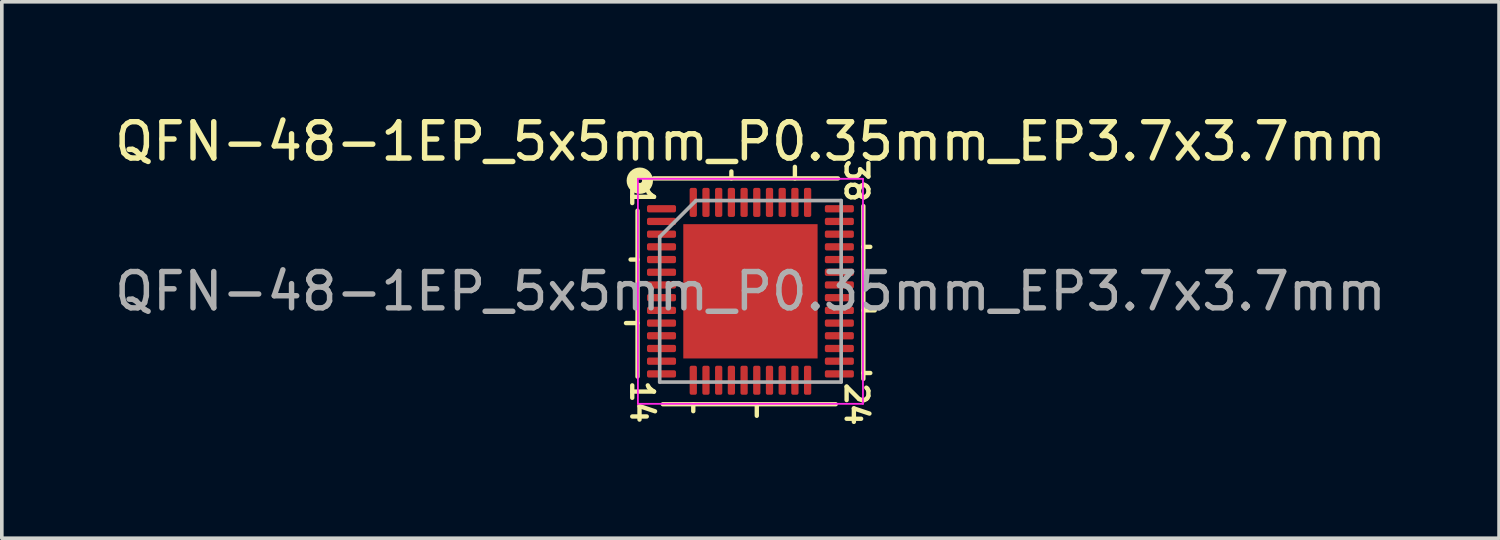
<source format=kicad_pcb>
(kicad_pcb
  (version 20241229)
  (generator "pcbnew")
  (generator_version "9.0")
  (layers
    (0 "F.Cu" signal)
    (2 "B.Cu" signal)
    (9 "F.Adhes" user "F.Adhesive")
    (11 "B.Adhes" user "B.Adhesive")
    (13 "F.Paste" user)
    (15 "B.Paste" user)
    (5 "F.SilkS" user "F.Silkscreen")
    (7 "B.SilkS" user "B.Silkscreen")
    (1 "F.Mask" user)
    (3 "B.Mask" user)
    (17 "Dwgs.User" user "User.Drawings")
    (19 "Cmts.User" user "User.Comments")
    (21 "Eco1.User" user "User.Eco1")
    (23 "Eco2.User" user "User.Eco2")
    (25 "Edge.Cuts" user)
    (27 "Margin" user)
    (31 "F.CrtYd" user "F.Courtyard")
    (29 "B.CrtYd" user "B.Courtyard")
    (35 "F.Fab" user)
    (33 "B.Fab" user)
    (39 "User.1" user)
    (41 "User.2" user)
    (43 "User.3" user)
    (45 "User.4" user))
  (footprint "QFN-48-1EP_5x5mm_P0.35mm_EP3.7x3.7mm"
    (layer "F.Cu")
    (at 17.625 4.976)
    (property "Reference" "QFN-48-1EP_5x5mm_P0.35mm_EP3.7x3.7mm" (at 0 -4.128 0) (layer "F.SilkS") (effects (font (size 1 1) (thickness 0.15))))
    (attr smd)
    (fp_line (start -3.111 -2.223) (end -3.111 2.349) (stroke (width 0.12) (type solid)) (layer "F.SilkS"))
    (fp_line (start -3.111 -0.875) (end -3.302 -0.875) (stroke (width 0.12) (type solid)) (layer "F.SilkS"))
    (fp_line (start -3.111 0.875) (end -3.429 0.875) (stroke (width 0.12) (type solid)) (layer "F.SilkS"))
    (fp_line (start -2.413 3.111) (end 2.349 3.111) (stroke (width 0.12) (type solid)) (layer "F.SilkS"))
    (fp_line (start -1.575 3.111) (end -1.575 3.302) (stroke (width 0.12) (type solid)) (layer "F.SilkS"))
    (fp_line (start -0.525 -3.111) (end -0.525 -3.302) (stroke (width 0.12) (type solid)) (layer "F.SilkS"))
    (fp_line (start 0.175 3.111) (end 0.175 3.429) (stroke (width 0.12) (type solid)) (layer "F.SilkS"))
    (fp_line (start 1.225 -3.111) (end 1.225 -3.429) (stroke (width 0.12) (type solid)) (layer "F.SilkS"))
    (fp_line (start 2.413 -3.111) (end -2.667 -3.111) (stroke (width 0.12) (type solid)) (layer "F.SilkS"))
    (fp_line (start 3.111 -1.225) (end 3.302 -1.225) (stroke (width 0.12) (type solid)) (layer "F.SilkS"))
    (fp_line (start 3.111 0.525) (end 3.425 0.525) (stroke (width 0.12) (type solid)) (layer "F.SilkS"))
    (fp_line (start 3.111 2.25) (end 3.302 2.25) (stroke (width 0.12) (type solid)) (layer "F.SilkS"))
    (fp_line (start 3.111 2.413) (end 3.111 -2.349) (stroke (width 0.12) (type solid)) (layer "F.SilkS"))
    (fp_circle (center -3.048 -3.048) (end -2.985 -3.048) (stroke (width 0.3) (type solid)) (fill no) (layer "F.SilkS"))
    (fp_line (start -3.1 -3.1) (end -3.1 3.1) (stroke (width 0.05) (type solid)) (layer "F.CrtYd"))
    (fp_line (start -3.1 3.1) (end 3.1 3.1) (stroke (width 0.05) (type solid)) (layer "F.CrtYd"))
    (fp_line (start 3.1 -3.1) (end -3.1 -3.1) (stroke (width 0.05) (type solid)) (layer "F.CrtYd"))
    (fp_line (start 3.1 3.1) (end 3.1 -3.1) (stroke (width 0.05) (type solid)) (layer "F.CrtYd"))
    (fp_line (start -2.5 -1.5) (end -1.5 -2.5) (stroke (width 0.1) (type solid)) (layer "F.Fab"))
    (fp_line (start -2.5 2.5) (end -2.5 -1.5) (stroke (width 0.1) (type solid)) (layer "F.Fab"))
    (fp_line (start -1.5 -2.5) (end 2.5 -2.5) (stroke (width 0.1) (type solid)) (layer "F.Fab"))
    (fp_line (start 2.5 -2.5) (end 2.5 2.5) (stroke (width 0.1) (type solid)) (layer "F.Fab"))
    (fp_line (start 2.5 2.5) (end -2.5 2.5) (stroke (width 0.1) (type solid)) (layer "F.Fab"))
    (fp_text user "24" (at 2.921 3.111 270) (unlocked yes) (layer "F.SilkS") (effects (font (size 0.6 0.6) (thickness 0.12))))
    (fp_text user "14" (at -2.985 3.048 270) (unlocked yes) (layer "F.SilkS") (effects (font (size 0.6 0.6) (thickness 0.12))))
    (fp_text user "1" (at -2.985 -2.603 270) (unlocked yes) (layer "F.SilkS") (effects (font (size 0.6 0.6) (thickness 0.12))))
    (fp_text user "38" (at 2.921 -3.048 270) (unlocked yes) (layer "F.SilkS") (effects (font (size 0.6 0.6) (thickness 0.12))))
    (fp_text user "${REFERENCE}" (at 0 0 0) (layer "F.Fab") (effects (font (size 1 1) (thickness 0.15))))
    (pad "" smd roundrect (at -1.23 -1.23) (size 0.99 0.99) (layers "F.Paste") (roundrect_rratio 0.25))
    (pad "" smd roundrect (at -1.23 0) (size 0.99 0.99) (layers "F.Paste") (roundrect_rratio 0.25))
    (pad "" smd roundrect (at -1.23 1.23) (size 0.99 0.99) (layers "F.Paste") (roundrect_rratio 0.25))
    (pad "" smd roundrect (at 0 -1.23) (size 0.99 0.99) (layers "F.Paste") (roundrect_rratio 0.25))
    (pad "" smd roundrect (at 0 0) (size 0.99 0.99) (layers "F.Paste") (roundrect_rratio 0.25))
    (pad "" smd roundrect (at 0 1.23) (size 0.99 0.99) (layers "F.Paste") (roundrect_rratio 0.25))
    (pad "" smd roundrect (at 1.23 -1.23) (size 0.99 0.99) (layers "F.Paste") (roundrect_rratio 0.25))
    (pad "" smd roundrect (at 1.23 0) (size 0.99 0.99) (layers "F.Paste") (roundrect_rratio 0.25))
    (pad "" smd roundrect (at 1.23 1.23) (size 0.99 0.99) (layers "F.Paste") (roundrect_rratio 0.25))
    (pad "1" smd roundrect (at -2.45 -2.275) (size 0.8 0.2) (layers "F.Cu" "F.Mask" "F.Paste") (roundrect_rratio 0.25))
    (pad "2" smd roundrect (at -2.45 -1.925) (size 0.8 0.2) (layers "F.Cu" "F.Mask" "F.Paste") (roundrect_rratio 0.25))
    (pad "3" smd roundrect (at -2.45 -1.575) (size 0.8 0.2) (layers "F.Cu" "F.Mask" "F.Paste") (roundrect_rratio 0.25))
    (pad "4" smd roundrect (at -2.45 -1.225) (size 0.8 0.2) (layers "F.Cu" "F.Mask" "F.Paste") (roundrect_rratio 0.25))
    (pad "5" smd roundrect (at -2.45 -0.875) (size 0.8 0.2) (layers "F.Cu" "F.Mask" "F.Paste") (roundrect_rratio 0.25))
    (pad "6" smd roundrect (at -2.45 -0.525) (size 0.8 0.2) (layers "F.Cu" "F.Mask" "F.Paste") (roundrect_rratio 0.25))
    (pad "7" smd roundrect (at -2.45 -0.175) (size 0.8 0.2) (layers "F.Cu" "F.Mask" "F.Paste") (roundrect_rratio 0.25))
    (pad "8" smd roundrect (at -2.45 0.175) (size 0.8 0.2) (layers "F.Cu" "F.Mask" "F.Paste") (roundrect_rratio 0.25))
    (pad "9" smd roundrect (at -2.45 0.525) (size 0.8 0.2) (layers "F.Cu" "F.Mask" "F.Paste") (roundrect_rratio 0.25))
    (pad "10" smd roundrect (at -2.45 0.875) (size 0.8 0.2) (layers "F.Cu" "F.Mask" "F.Paste") (roundrect_rratio 0.25))
    (pad "11" smd roundrect (at -2.45 1.225) (size 0.8 0.2) (layers "F.Cu" "F.Mask" "F.Paste") (roundrect_rratio 0.25))
    (pad "12" smd roundrect (at -2.45 1.575) (size 0.8 0.2) (layers "F.Cu" "F.Mask" "F.Paste") (roundrect_rratio 0.25))
    (pad "13" smd roundrect (at -2.45 1.925) (size 0.8 0.2) (layers "F.Cu" "F.Mask" "F.Paste") (roundrect_rratio 0.25))
    (pad "14" smd roundrect (at -2.45 2.275) (size 0.8 0.2) (layers "F.Cu" "F.Mask" "F.Paste") (roundrect_rratio 0.25))
    (pad "15" smd roundrect (at -1.575 2.45) (size 0.2 0.8) (layers "F.Cu" "F.Mask" "F.Paste") (roundrect_rratio 0.25))
    (pad "16" smd roundrect (at -1.225 2.45) (size 0.2 0.8) (layers "F.Cu" "F.Mask" "F.Paste") (roundrect_rratio 0.25))
    (pad "17" smd roundrect (at -0.875 2.45) (size 0.2 0.8) (layers "F.Cu" "F.Mask" "F.Paste") (roundrect_rratio 0.25))
    (pad "18" smd roundrect (at -0.525 2.45) (size 0.2 0.8) (layers "F.Cu" "F.Mask" "F.Paste") (roundrect_rratio 0.25))
    (pad "19" smd roundrect (at -0.175 2.45) (size 0.2 0.8) (layers "F.Cu" "F.Mask" "F.Paste") (roundrect_rratio 0.25))
    (pad "20" smd roundrect (at 0.175 2.45) (size 0.2 0.8) (layers "F.Cu" "F.Mask" "F.Paste") (roundrect_rratio 0.25))
    (pad "21" smd roundrect (at 0.525 2.45) (size 0.2 0.8) (layers "F.Cu" "F.Mask" "F.Paste") (roundrect_rratio 0.25))
    (pad "22" smd roundrect (at 0.875 2.45) (size 0.2 0.8) (layers "F.Cu" "F.Mask" "F.Paste") (roundrect_rratio 0.25))
    (pad "23" smd roundrect (at 1.225 2.45) (size 0.2 0.8) (layers "F.Cu" "F.Mask" "F.Paste") (roundrect_rratio 0.25))
    (pad "24" smd roundrect (at 1.575 2.45) (size 0.2 0.8) (layers "F.Cu" "F.Mask" "F.Paste") (roundrect_rratio 0.25))
    (pad "25" smd roundrect (at 2.45 2.275) (size 0.8 0.2) (layers "F.Cu" "F.Mask" "F.Paste") (roundrect_rratio 0.25))
    (pad "26" smd roundrect (at 2.45 1.925) (size 0.8 0.2) (layers "F.Cu" "F.Mask" "F.Paste") (roundrect_rratio 0.25))
    (pad "27" smd roundrect (at 2.45 1.575) (size 0.8 0.2) (layers "F.Cu" "F.Mask" "F.Paste") (roundrect_rratio 0.25))
    (pad "28" smd roundrect (at 2.45 1.225) (size 0.8 0.2) (layers "F.Cu" "F.Mask" "F.Paste") (roundrect_rratio 0.25))
    (pad "29" smd roundrect (at 2.45 0.875) (size 0.8 0.2) (layers "F.Cu" "F.Mask" "F.Paste") (roundrect_rratio 0.25))
    (pad "30" smd roundrect (at 2.45 0.525) (size 0.8 0.2) (layers "F.Cu" "F.Mask" "F.Paste") (roundrect_rratio 0.25))
    (pad "31" smd roundrect (at 2.45 0.175) (size 0.8 0.2) (layers "F.Cu" "F.Mask" "F.Paste") (roundrect_rratio 0.25))
    (pad "32" smd roundrect (at 2.45 -0.175) (size 0.8 0.2) (layers "F.Cu" "F.Mask" "F.Paste") (roundrect_rratio 0.25))
    (pad "33" smd roundrect (at 2.45 -0.525) (size 0.8 0.2) (layers "F.Cu" "F.Mask" "F.Paste") (roundrect_rratio 0.25))
    (pad "34" smd roundrect (at 2.45 -0.875) (size 0.8 0.2) (layers "F.Cu" "F.Mask" "F.Paste") (roundrect_rratio 0.25))
    (pad "35" smd roundrect (at 2.45 -1.225) (size 0.8 0.2) (layers "F.Cu" "F.Mask" "F.Paste") (roundrect_rratio 0.25))
    (pad "36" smd roundrect (at 2.45 -1.575) (size 0.8 0.2) (layers "F.Cu" "F.Mask" "F.Paste") (roundrect_rratio 0.25))
    (pad "37" smd roundrect (at 2.45 -1.925) (size 0.8 0.2) (layers "F.Cu" "F.Mask" "F.Paste") (roundrect_rratio 0.25))
    (pad "38" smd roundrect (at 2.45 -2.275) (size 0.8 0.2) (layers "F.Cu" "F.Mask" "F.Paste") (roundrect_rratio 0.25))
    (pad "39" smd roundrect (at 1.575 -2.45) (size 0.2 0.8) (layers "F.Cu" "F.Mask" "F.Paste") (roundrect_rratio 0.25))
    (pad "40" smd roundrect (at 1.225 -2.45) (size 0.2 0.8) (layers "F.Cu" "F.Mask" "F.Paste") (roundrect_rratio 0.25))
    (pad "41" smd roundrect (at 0.875 -2.45) (size 0.2 0.8) (layers "F.Cu" "F.Mask" "F.Paste") (roundrect_rratio 0.25))
    (pad "42" smd roundrect (at 0.525 -2.45) (size 0.2 0.8) (layers "F.Cu" "F.Mask" "F.Paste") (roundrect_rratio 0.25))
    (pad "43" smd roundrect (at 0.175 -2.45) (size 0.2 0.8) (layers "F.Cu" "F.Mask" "F.Paste") (roundrect_rratio 0.25))
    (pad "44" smd roundrect (at -0.175 -2.45) (size 0.2 0.8) (layers "F.Cu" "F.Mask" "F.Paste") (roundrect_rratio 0.25))
    (pad "45" smd roundrect (at -0.525 -2.45) (size 0.2 0.8) (layers "F.Cu" "F.Mask" "F.Paste") (roundrect_rratio 0.25))
    (pad "46" smd roundrect (at -0.875 -2.45) (size 0.2 0.8) (layers "F.Cu" "F.Mask" "F.Paste") (roundrect_rratio 0.25))
    (pad "47" smd roundrect (at -1.225 -2.45) (size 0.2 0.8) (layers "F.Cu" "F.Mask" "F.Paste") (roundrect_rratio 0.25))
    (pad "48" smd roundrect (at -1.575 -2.45) (size 0.2 0.8) (layers "F.Cu" "F.Mask" "F.Paste") (roundrect_rratio 0.25))
    (pad "49" smd rect (at 0 0) (size 3.7 3.7) (layers "F.Cu" "F.Mask")))
  (gr_rect
    (start -3 -3)
    (end 38.25 11.779)
    (stroke (width 0.1) (type default))
    (fill no)
    (layer "Edge.Cuts")))
</source>
